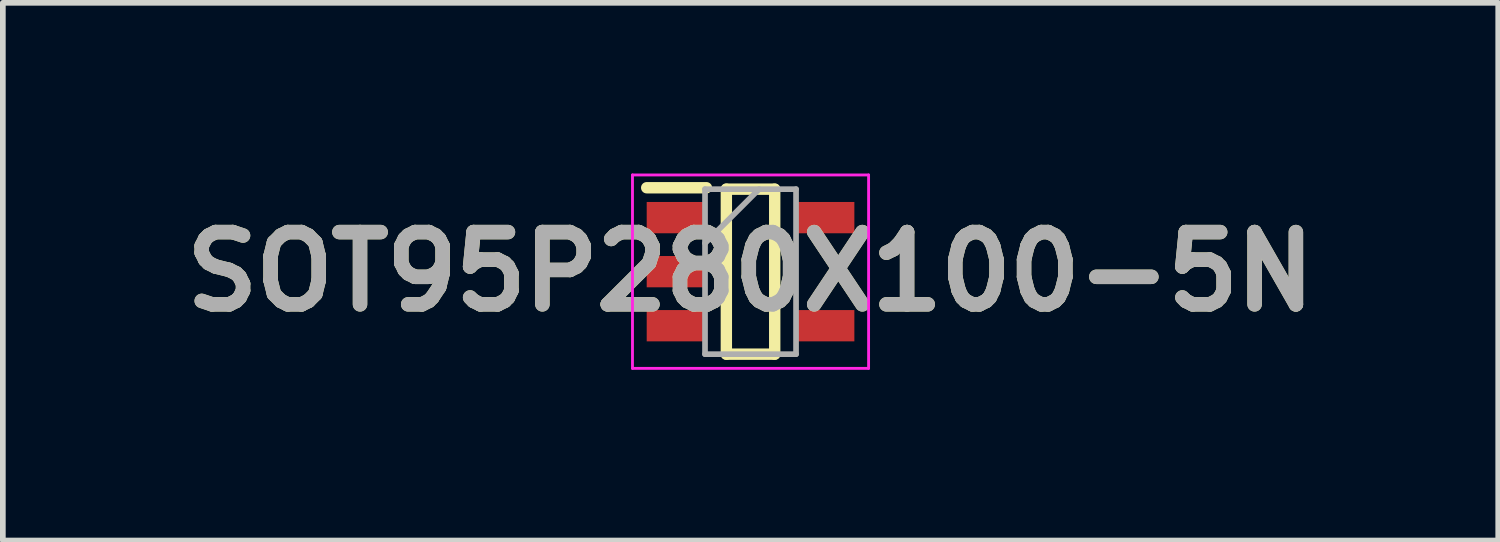
<source format=kicad_pcb>
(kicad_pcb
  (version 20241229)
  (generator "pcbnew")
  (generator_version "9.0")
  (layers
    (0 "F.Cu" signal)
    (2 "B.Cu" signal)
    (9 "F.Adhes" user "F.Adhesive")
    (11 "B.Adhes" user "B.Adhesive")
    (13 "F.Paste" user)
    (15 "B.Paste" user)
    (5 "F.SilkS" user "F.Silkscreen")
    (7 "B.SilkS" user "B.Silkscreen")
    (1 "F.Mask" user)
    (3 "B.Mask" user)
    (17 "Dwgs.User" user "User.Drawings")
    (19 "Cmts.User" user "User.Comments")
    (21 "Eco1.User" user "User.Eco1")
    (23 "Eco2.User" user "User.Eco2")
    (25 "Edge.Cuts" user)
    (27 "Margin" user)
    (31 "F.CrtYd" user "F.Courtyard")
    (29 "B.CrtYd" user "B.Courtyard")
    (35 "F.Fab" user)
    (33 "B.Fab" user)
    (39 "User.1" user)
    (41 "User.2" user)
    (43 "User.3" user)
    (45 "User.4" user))
  (footprint "SOT95P280X100-5N"
    (layer "F.Cu")
    (at 10.142 1.725)
    (property "Reference" "SOT95P280X100-5N" (at 0 0 0) (layer "F.SilkS") (effects (font (size 1.27 1.27) (thickness 0.254))))
    (attr smd)
    (fp_line (start -1.825 -1.475) (end -0.775 -1.475) (stroke (width 0.2) (type solid)) (layer "F.SilkS"))
    (fp_line (start -0.425 -1.45) (end 0.425 -1.45) (stroke (width 0.2) (type solid)) (layer "F.SilkS"))
    (fp_line (start -0.425 1.45) (end -0.425 -1.45) (stroke (width 0.2) (type solid)) (layer "F.SilkS"))
    (fp_line (start 0.425 -1.45) (end 0.425 1.45) (stroke (width 0.2) (type solid)) (layer "F.SilkS"))
    (fp_line (start 0.425 1.45) (end -0.425 1.45) (stroke (width 0.2) (type solid)) (layer "F.SilkS"))
    (fp_line (start -2.075 -1.7) (end 2.075 -1.7) (stroke (width 0.05) (type solid)) (layer "F.CrtYd"))
    (fp_line (start -2.075 1.7) (end -2.075 -1.7) (stroke (width 0.05) (type solid)) (layer "F.CrtYd"))
    (fp_line (start 2.075 -1.7) (end 2.075 1.7) (stroke (width 0.05) (type solid)) (layer "F.CrtYd"))
    (fp_line (start 2.075 1.7) (end -2.075 1.7) (stroke (width 0.05) (type solid)) (layer "F.CrtYd"))
    (fp_line (start -0.8 -1.45) (end 0.8 -1.45) (stroke (width 0.1) (type solid)) (layer "F.Fab"))
    (fp_line (start -0.8 -0.5) (end 0.15 -1.45) (stroke (width 0.1) (type solid)) (layer "F.Fab"))
    (fp_line (start -0.8 1.45) (end -0.8 -1.45) (stroke (width 0.1) (type solid)) (layer "F.Fab"))
    (fp_line (start 0.8 -1.45) (end 0.8 1.45) (stroke (width 0.1) (type solid)) (layer "F.Fab"))
    (fp_line (start 0.8 1.45) (end -0.8 1.45) (stroke (width 0.1) (type solid)) (layer "F.Fab"))
    (fp_text user "${REFERENCE}" (at 0 0 0) (layer "F.Fab") (effects (font (size 1.27 1.27) (thickness 0.254))))
    (pad "1" smd rect (at -1.3 -0.95 90) (size 0.55 1.05) (layers "F.Cu" "F.Mask" "F.Paste"))
    (pad "2" smd rect (at -1.3 0 90) (size 0.55 1.05) (layers "F.Cu" "F.Mask" "F.Paste"))
    (pad "3" smd rect (at -1.3 0.95 90) (size 0.55 1.05) (layers "F.Cu" "F.Mask" "F.Paste"))
    (pad "4" smd rect (at 1.3 0.95 90) (size 0.55 1.05) (layers "F.Cu" "F.Mask" "F.Paste"))
    (pad "5" smd rect (at 1.3 -0.95 90) (size 0.55 1.05) (layers "F.Cu" "F.Mask" "F.Paste")))
  (gr_rect
    (start -3 -3)
    (end 23.284 6.45)
    (stroke (width 0.1) (type default))
    (fill no)
    (layer "Edge.Cuts")))
</source>
